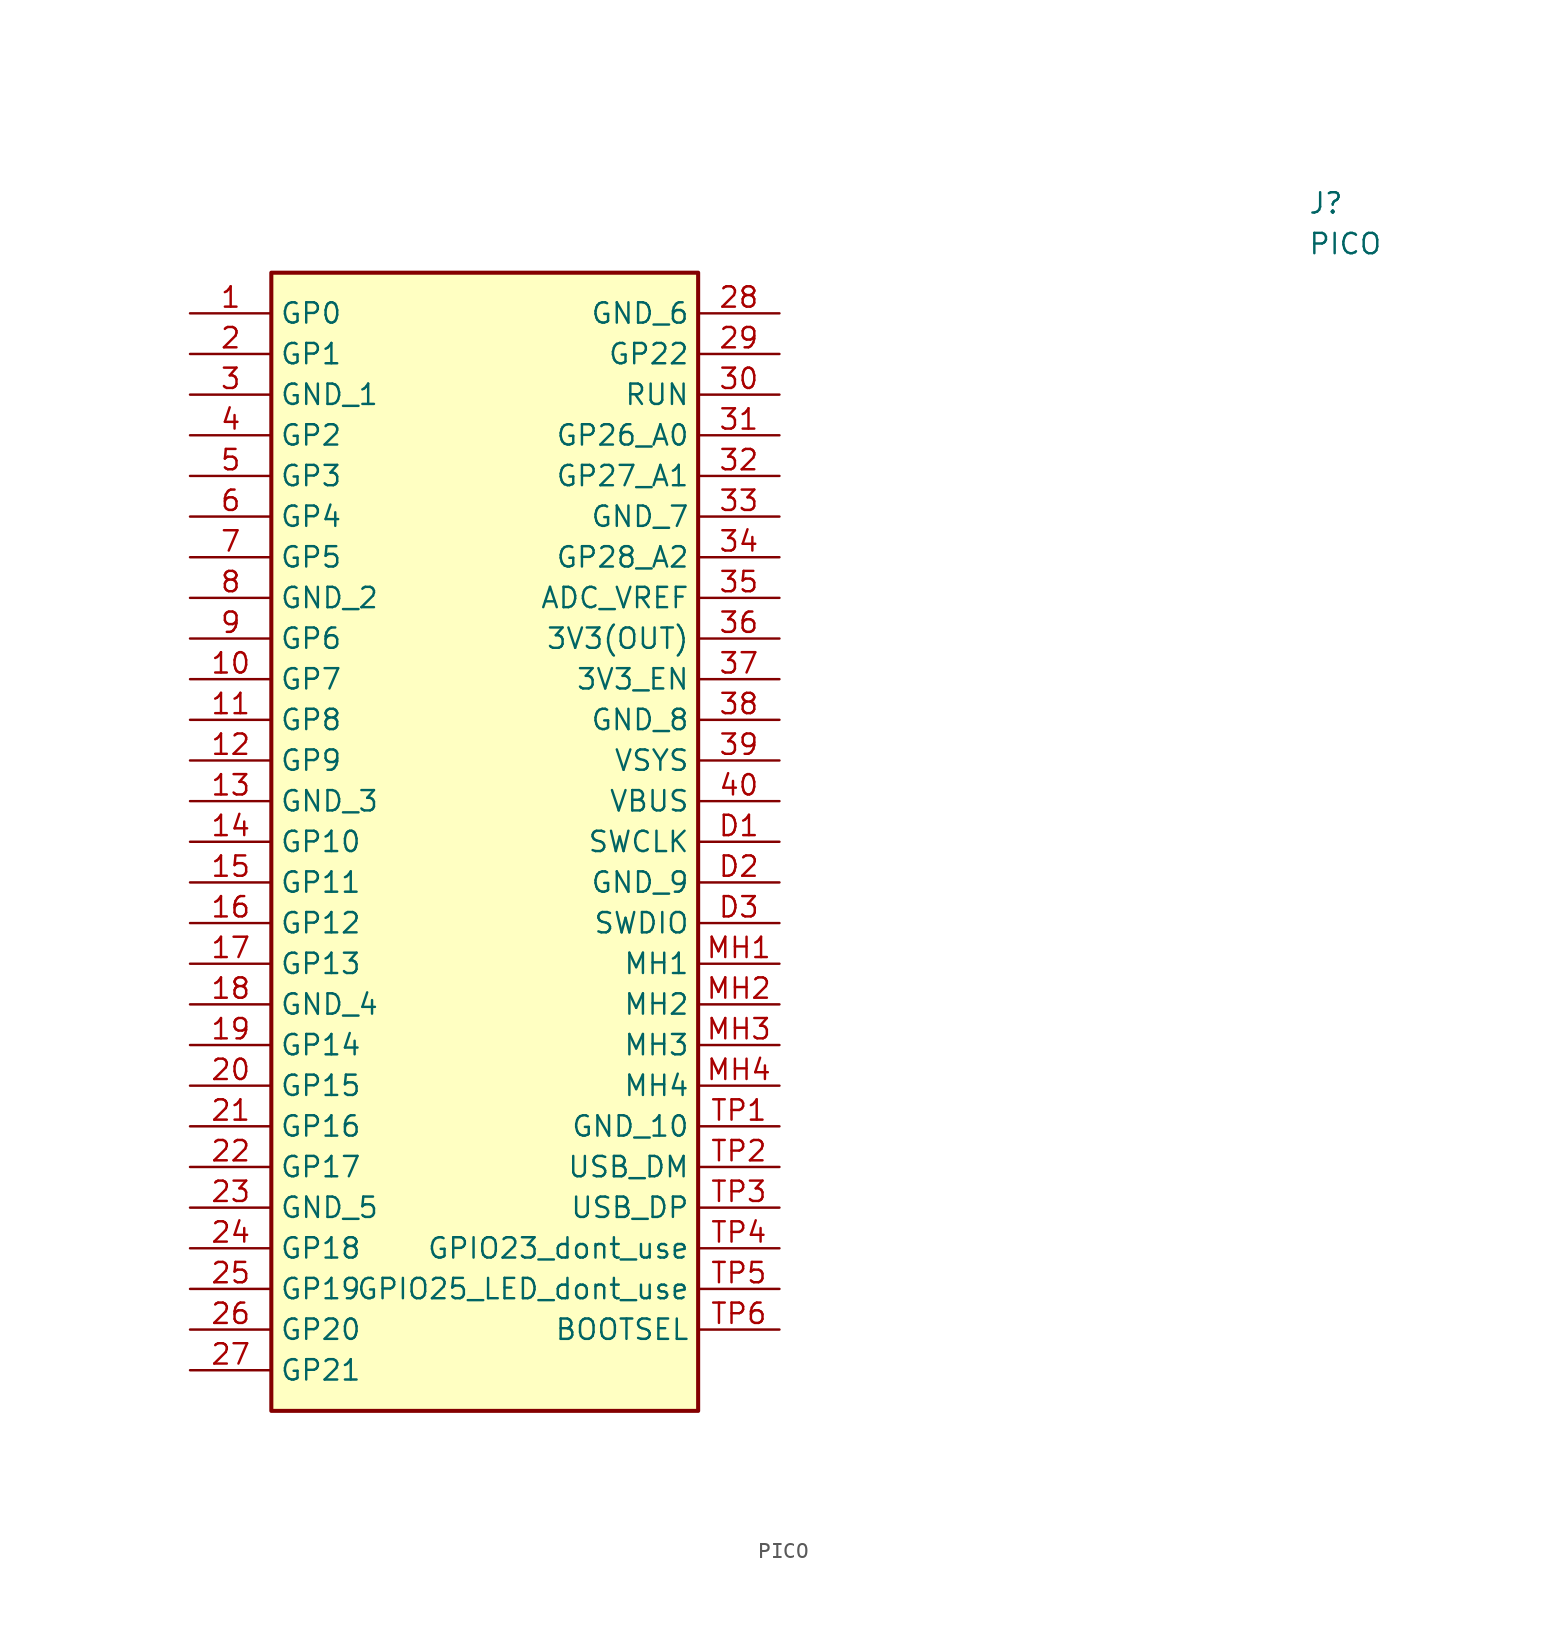
<source format=kicad_sym>
(kicad_symbol_lib
  (version 20241209)
  (generator "kicad_symbol_editor")
  (generator_version "9.0")
  (symbol "PICO"
    (property "Reference" "J"
      (at 69.85 7.62 0)
      (effects (font (size 1.27 1.27)) (justify left top)))
    (property "Value" "PICO"
      (at 69.85 5.08 0)
      (effects (font (size 1.27 1.27)) (justify left top)))
    (symbol "PICO_1_1"
      (rectangle (start 5.08 2.54) (end 31.75 -68.58) (stroke (width 0.254) (type default)) (fill (type background)))
      (pin passive line (at 0 0 0) (length 5.08) (name "GP0" (effects (font (size 1.27 1.27)))) (number "1" (effects (font (size 1.27 1.27)))))
      (pin passive line (at 0 -2.54 0) (length 5.08) (name "GP1" (effects (font (size 1.27 1.27)))) (number "2" (effects (font (size 1.27 1.27)))))
      (pin passive line (at 0 -5.08 0) (length 5.08) (name "GND_1" (effects (font (size 1.27 1.27)))) (number "3" (effects (font (size 1.27 1.27)))))
      (pin passive line (at 0 -7.62 0) (length 5.08) (name "GP2" (effects (font (size 1.27 1.27)))) (number "4" (effects (font (size 1.27 1.27)))))
      (pin passive line (at 0 -10.16 0) (length 5.08) (name "GP3" (effects (font (size 1.27 1.27)))) (number "5" (effects (font (size 1.27 1.27)))))
      (pin passive line (at 0 -12.7 0) (length 5.08) (name "GP4" (effects (font (size 1.27 1.27)))) (number "6" (effects (font (size 1.27 1.27)))))
      (pin passive line (at 0 -15.24 0) (length 5.08) (name "GP5" (effects (font (size 1.27 1.27)))) (number "7" (effects (font (size 1.27 1.27)))))
      (pin passive line (at 0 -17.78 0) (length 5.08) (name "GND_2" (effects (font (size 1.27 1.27)))) (number "8" (effects (font (size 1.27 1.27)))))
      (pin passive line (at 0 -20.32 0) (length 5.08) (name "GP6" (effects (font (size 1.27 1.27)))) (number "9" (effects (font (size 1.27 1.27)))))
      (pin passive line (at 0 -22.86 0) (length 5.08) (name "GP7" (effects (font (size 1.27 1.27)))) (number "10" (effects (font (size 1.27 1.27)))))
      (pin passive line (at 0 -25.4 0) (length 5.08) (name "GP8" (effects (font (size 1.27 1.27)))) (number "11" (effects (font (size 1.27 1.27)))))
      (pin passive line (at 0 -27.94 0) (length 5.08) (name "GP9" (effects (font (size 1.27 1.27)))) (number "12" (effects (font (size 1.27 1.27)))))
      (pin passive line (at 0 -30.48 0) (length 5.08) (name "GND_3" (effects (font (size 1.27 1.27)))) (number "13" (effects (font (size 1.27 1.27)))))
      (pin passive line (at 0 -33.02 0) (length 5.08) (name "GP10" (effects (font (size 1.27 1.27)))) (number "14" (effects (font (size 1.27 1.27)))))
      (pin passive line (at 0 -35.56 0) (length 5.08) (name "GP11" (effects (font (size 1.27 1.27)))) (number "15" (effects (font (size 1.27 1.27)))))
      (pin passive line (at 0 -38.1 0) (length 5.08) (name "GP12" (effects (font (size 1.27 1.27)))) (number "16" (effects (font (size 1.27 1.27)))))
      (pin passive line (at 0 -40.64 0) (length 5.08) (name "GP13" (effects (font (size 1.27 1.27)))) (number "17" (effects (font (size 1.27 1.27)))))
      (pin passive line (at 0 -43.18 0) (length 5.08) (name "GND_4" (effects (font (size 1.27 1.27)))) (number "18" (effects (font (size 1.27 1.27)))))
      (pin passive line (at 0 -45.72 0) (length 5.08) (name "GP14" (effects (font (size 1.27 1.27)))) (number "19" (effects (font (size 1.27 1.27)))))
      (pin passive line (at 0 -48.26 0) (length 5.08) (name "GP15" (effects (font (size 1.27 1.27)))) (number "20" (effects (font (size 1.27 1.27)))))
      (pin passive line (at 0 -50.8 0) (length 5.08) (name "GP16" (effects (font (size 1.27 1.27)))) (number "21" (effects (font (size 1.27 1.27)))))
      (pin passive line (at 0 -53.34 0) (length 5.08) (name "GP17" (effects (font (size 1.27 1.27)))) (number "22" (effects (font (size 1.27 1.27)))))
      (pin passive line (at 0 -55.88 0) (length 5.08) (name "GND_5" (effects (font (size 1.27 1.27)))) (number "23" (effects (font (size 1.27 1.27)))))
      (pin passive line (at 0 -58.42 0) (length 5.08) (name "GP18" (effects (font (size 1.27 1.27)))) (number "24" (effects (font (size 1.27 1.27)))))
      (pin passive line (at 0 -60.96 0) (length 5.08) (name "GP19" (effects (font (size 1.27 1.27)))) (number "25" (effects (font (size 1.27 1.27)))))
      (pin passive line (at 0 -63.5 0) (length 5.08) (name "GP20" (effects (font (size 1.27 1.27)))) (number "26" (effects (font (size 1.27 1.27)))))
      (pin passive line (at 0 -66.04 0) (length 5.08) (name "GP21" (effects (font (size 1.27 1.27)))) (number "27" (effects (font (size 1.27 1.27)))))
      (pin passive line (at 36.83 0 180) (length 5.08) (name "GND_6" (effects (font (size 1.27 1.27)))) (number "28" (effects (font (size 1.27 1.27)))))
      (pin passive line (at 36.83 -2.54 180) (length 5.08) (name "GP22" (effects (font (size 1.27 1.27)))) (number "29" (effects (font (size 1.27 1.27)))))
      (pin passive line (at 36.83 -5.08 180) (length 5.08) (name "RUN" (effects (font (size 1.27 1.27)))) (number "30" (effects (font (size 1.27 1.27)))))
      (pin passive line (at 36.83 -7.62 180) (length 5.08) (name "GP26_A0" (effects (font (size 1.27 1.27)))) (number "31" (effects (font (size 1.27 1.27)))))
      (pin passive line (at 36.83 -10.16 180) (length 5.08) (name "GP27_A1" (effects (font (size 1.27 1.27)))) (number "32" (effects (font (size 1.27 1.27)))))
      (pin passive line (at 36.83 -12.7 180) (length 5.08) (name "GND_7" (effects (font (size 1.27 1.27)))) (number "33" (effects (font (size 1.27 1.27)))))
      (pin passive line (at 36.83 -15.24 180) (length 5.08) (name "GP28_A2" (effects (font (size 1.27 1.27)))) (number "34" (effects (font (size 1.27 1.27)))))
      (pin passive line (at 36.83 -17.78 180) (length 5.08) (name "ADC_VREF" (effects (font (size 1.27 1.27)))) (number "35" (effects (font (size 1.27 1.27)))))
      (pin passive line (at 36.83 -20.32 180) (length 5.08) (name "3V3(OUT)" (effects (font (size 1.27 1.27)))) (number "36" (effects (font (size 1.27 1.27)))))
      (pin passive line (at 36.83 -22.86 180) (length 5.08) (name "3V3_EN" (effects (font (size 1.27 1.27)))) (number "37" (effects (font (size 1.27 1.27)))))
      (pin passive line (at 36.83 -25.4 180) (length 5.08) (name "GND_8" (effects (font (size 1.27 1.27)))) (number "38" (effects (font (size 1.27 1.27)))))
      (pin passive line (at 36.83 -27.94 180) (length 5.08) (name "VSYS" (effects (font (size 1.27 1.27)))) (number "39" (effects (font (size 1.27 1.27)))))
      (pin passive line (at 36.83 -30.48 180) (length 5.08) (name "VBUS" (effects (font (size 1.27 1.27)))) (number "40" (effects (font (size 1.27 1.27)))))
      (pin passive line (at 36.83 -33.02 180) (length 5.08) (name "SWCLK" (effects (font (size 1.27 1.27)))) (number "D1" (effects (font (size 1.27 1.27)))))
      (pin passive line (at 36.83 -35.56 180) (length 5.08) (name "GND_9" (effects (font (size 1.27 1.27)))) (number "D2" (effects (font (size 1.27 1.27)))))
      (pin passive line (at 36.83 -38.1 180) (length 5.08) (name "SWDIO" (effects (font (size 1.27 1.27)))) (number "D3" (effects (font (size 1.27 1.27)))))
      (pin passive line (at 36.83 -40.64 180) (length 5.08) (name "MH1" (effects (font (size 1.27 1.27)))) (number "MH1" (effects (font (size 1.27 1.27)))))
      (pin passive line (at 36.83 -43.18 180) (length 5.08) (name "MH2" (effects (font (size 1.27 1.27)))) (number "MH2" (effects (font (size 1.27 1.27)))))
      (pin passive line (at 36.83 -45.72 180) (length 5.08) (name "MH3" (effects (font (size 1.27 1.27)))) (number "MH3" (effects (font (size 1.27 1.27)))))
      (pin passive line (at 36.83 -48.26 180) (length 5.08) (name "MH4" (effects (font (size 1.27 1.27)))) (number "MH4" (effects (font (size 1.27 1.27)))))
      (pin passive line (at 36.83 -50.8 180) (length 5.08) (name "GND_10" (effects (font (size 1.27 1.27)))) (number "TP1" (effects (font (size 1.27 1.27)))))
      (pin passive line (at 36.83 -53.34 180) (length 5.08) (name "USB_DM" (effects (font (size 1.27 1.27)))) (number "TP2" (effects (font (size 1.27 1.27)))))
      (pin passive line (at 36.83 -55.88 180) (length 5.08) (name "USB_DP" (effects (font (size 1.27 1.27)))) (number "TP3" (effects (font (size 1.27 1.27)))))
      (pin passive line (at 36.83 -58.42 180) (length 5.08) (name "GPIO23_dont_use" (effects (font (size 1.27 1.27)))) (number "TP4" (effects (font (size 1.27 1.27)))))
      (pin passive line (at 36.83 -60.96 180) (length 5.08) (name "GPIO25_LED_dont_use" (effects (font (size 1.27 1.27)))) (number "TP5" (effects (font (size 1.27 1.27)))))
      (pin passive line (at 36.83 -63.5 180) (length 5.08) (name "BOOTSEL" (effects (font (size 1.27 1.27)))) (number "TP6" (effects (font (size 1.27 1.27))))))))
</source>
